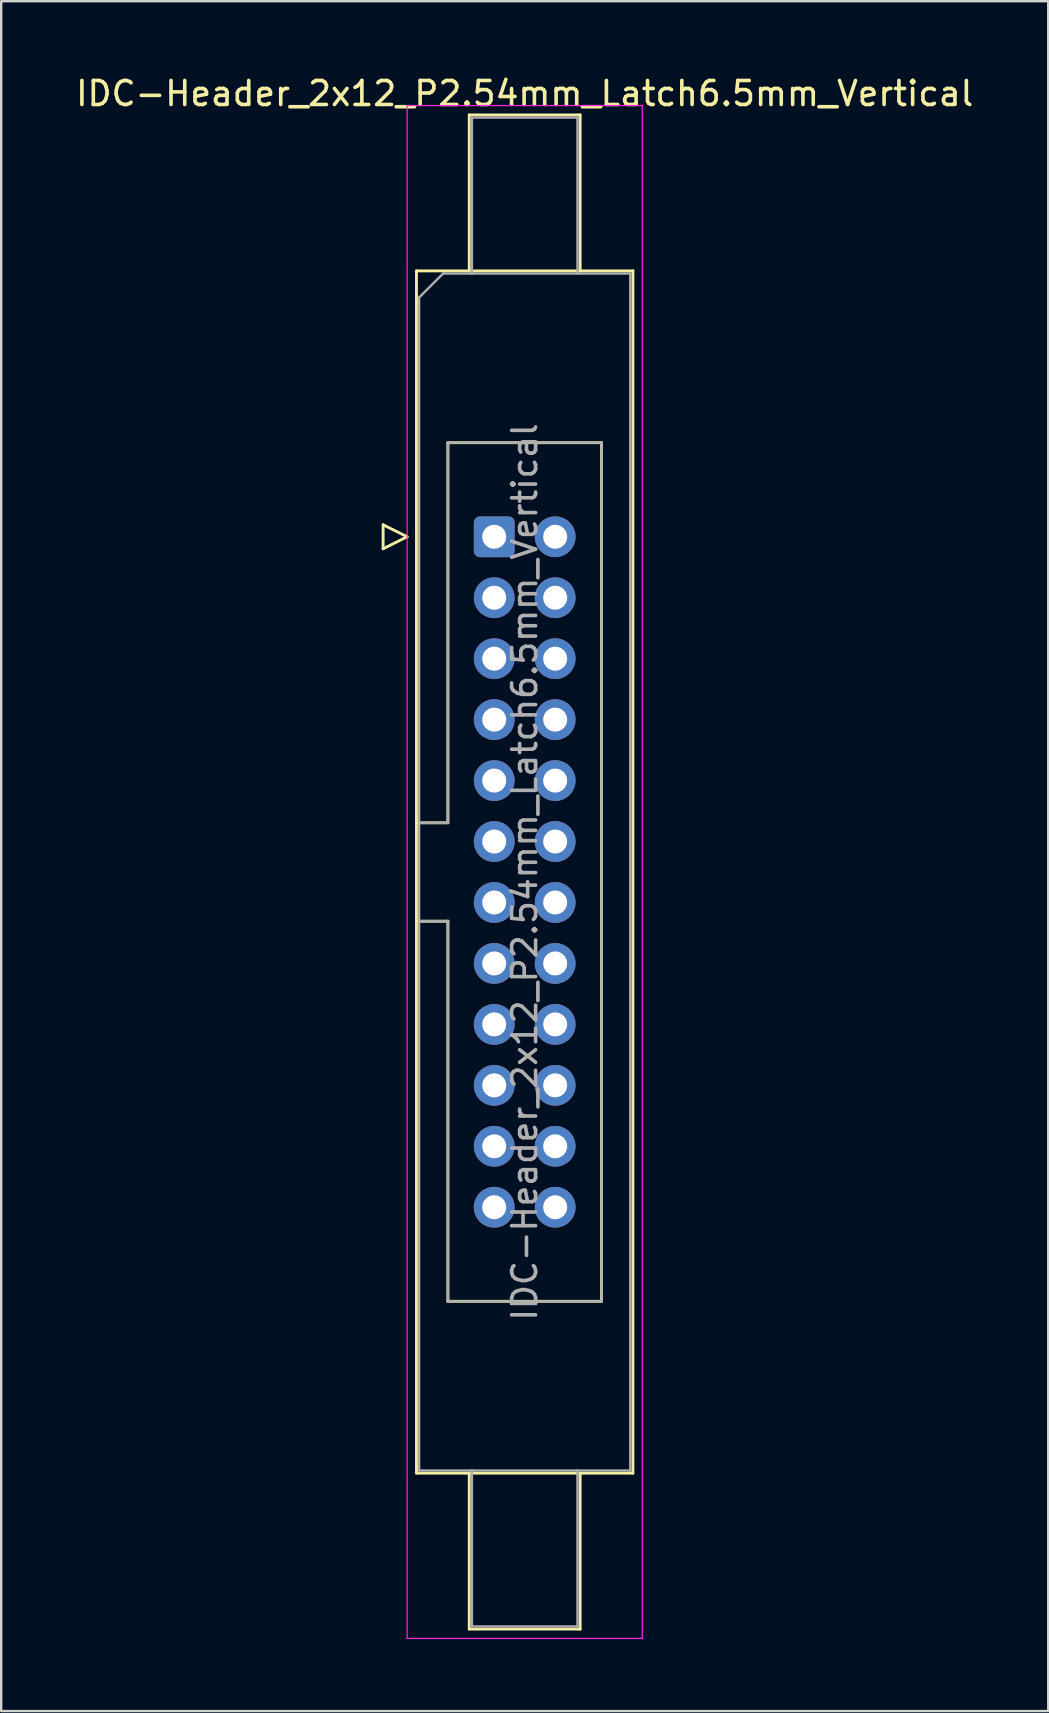
<source format=kicad_pcb>
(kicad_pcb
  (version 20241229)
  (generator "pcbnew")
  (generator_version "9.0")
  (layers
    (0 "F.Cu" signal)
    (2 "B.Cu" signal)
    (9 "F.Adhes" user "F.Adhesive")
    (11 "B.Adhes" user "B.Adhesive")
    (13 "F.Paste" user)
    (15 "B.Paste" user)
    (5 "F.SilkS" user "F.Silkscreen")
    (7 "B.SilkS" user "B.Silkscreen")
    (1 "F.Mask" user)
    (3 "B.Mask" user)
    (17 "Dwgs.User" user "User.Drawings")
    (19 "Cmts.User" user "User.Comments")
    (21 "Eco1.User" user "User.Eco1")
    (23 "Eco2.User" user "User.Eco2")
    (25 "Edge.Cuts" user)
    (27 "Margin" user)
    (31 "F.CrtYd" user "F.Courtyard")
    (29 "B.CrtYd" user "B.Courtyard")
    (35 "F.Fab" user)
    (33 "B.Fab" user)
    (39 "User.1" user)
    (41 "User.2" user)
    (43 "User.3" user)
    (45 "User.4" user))
  (footprint "IDC-Header_2x12_P2.54mm_Latch6.5mm_Vertical"
    (layer "F.Cu")
    (at 17.545 19.318)
    (property "Reference" "IDC-Header_2x12_P2.54mm_Latch6.5mm_Vertical" (at 1.27 -18.47 0) (layer "F.SilkS") (effects (font (size 1 1) (thickness 0.15))))
    (attr through_hole)
    (fp_line (start -4.63 -0.5) (end -4.63 0.5) (stroke (width 0.12) (type solid)) (layer "F.SilkS"))
    (fp_line (start -4.63 0.5) (end -3.63 0) (stroke (width 0.12) (type solid)) (layer "F.SilkS"))
    (fp_line (start -3.63 0) (end -4.63 -0.5) (stroke (width 0.12) (type solid)) (layer "F.SilkS"))
    (fp_line (start -3.24 -11.08) (end 5.78 -11.08) (stroke (width 0.12) (type solid)) (layer "F.SilkS"))
    (fp_line (start -3.24 11.92) (end -1.93 11.92) (stroke (width 0.12) (type solid)) (layer "F.SilkS"))
    (fp_line (start -3.24 39.02) (end -3.24 -11.08) (stroke (width 0.12) (type solid)) (layer "F.SilkS"))
    (fp_line (start -1.93 -3.92) (end 4.47 -3.92) (stroke (width 0.12) (type solid)) (layer "F.SilkS"))
    (fp_line (start -1.93 11.92) (end -1.93 -3.92) (stroke (width 0.12) (type solid)) (layer "F.SilkS"))
    (fp_line (start -1.93 16.02) (end -3.24 16.02) (stroke (width 0.12) (type solid)) (layer "F.SilkS"))
    (fp_line (start -1.93 16.02) (end -1.93 16.02) (stroke (width 0.12) (type solid)) (layer "F.SilkS"))
    (fp_line (start -1.93 31.86) (end -1.93 16.02) (stroke (width 0.12) (type solid)) (layer "F.SilkS"))
    (fp_line (start -1.04 -17.58) (end 3.58 -17.58) (stroke (width 0.12) (type solid)) (layer "F.SilkS"))
    (fp_line (start -1.04 -11.08) (end -1.04 -17.58) (stroke (width 0.12) (type solid)) (layer "F.SilkS"))
    (fp_line (start -1.04 39.02) (end -1.04 45.52) (stroke (width 0.12) (type solid)) (layer "F.SilkS"))
    (fp_line (start -1.04 45.52) (end 3.58 45.52) (stroke (width 0.12) (type solid)) (layer "F.SilkS"))
    (fp_line (start 3.58 -17.58) (end 3.58 -11.08) (stroke (width 0.12) (type solid)) (layer "F.SilkS"))
    (fp_line (start 3.58 45.52) (end 3.58 39.02) (stroke (width 0.12) (type solid)) (layer "F.SilkS"))
    (fp_line (start 4.47 -3.92) (end 4.47 31.86) (stroke (width 0.12) (type solid)) (layer "F.SilkS"))
    (fp_line (start 4.47 31.86) (end -1.93 31.86) (stroke (width 0.12) (type solid)) (layer "F.SilkS"))
    (fp_line (start 5.78 -11.08) (end 5.78 39.02) (stroke (width 0.12) (type solid)) (layer "F.SilkS"))
    (fp_line (start 5.78 39.02) (end -3.24 39.02) (stroke (width 0.12) (type solid)) (layer "F.SilkS"))
    (fp_line (start -3.63 -17.97) (end -3.63 45.91) (stroke (width 0.05) (type solid)) (layer "F.CrtYd"))
    (fp_line (start -3.63 45.91) (end 6.17 45.91) (stroke (width 0.05) (type solid)) (layer "F.CrtYd"))
    (fp_line (start 6.17 -17.97) (end -3.63 -17.97) (stroke (width 0.05) (type solid)) (layer "F.CrtYd"))
    (fp_line (start 6.17 45.91) (end 6.17 -17.97) (stroke (width 0.05) (type solid)) (layer "F.CrtYd"))
    (fp_line (start -3.13 -9.97) (end -2.13 -10.97) (stroke (width 0.1) (type solid)) (layer "F.Fab"))
    (fp_line (start -3.13 11.92) (end -1.93 11.92) (stroke (width 0.1) (type solid)) (layer "F.Fab"))
    (fp_line (start -3.13 38.91) (end -3.13 -9.97) (stroke (width 0.1) (type solid)) (layer "F.Fab"))
    (fp_line (start -2.13 -10.97) (end 5.67 -10.97) (stroke (width 0.1) (type solid)) (layer "F.Fab"))
    (fp_line (start -1.93 -3.92) (end 4.47 -3.92) (stroke (width 0.1) (type solid)) (layer "F.Fab"))
    (fp_line (start -1.93 11.92) (end -1.93 -3.92) (stroke (width 0.1) (type solid)) (layer "F.Fab"))
    (fp_line (start -1.93 16.02) (end -3.13 16.02) (stroke (width 0.1) (type solid)) (layer "F.Fab"))
    (fp_line (start -1.93 16.02) (end -1.93 16.02) (stroke (width 0.1) (type solid)) (layer "F.Fab"))
    (fp_line (start -1.93 31.86) (end -1.93 16.02) (stroke (width 0.1) (type solid)) (layer "F.Fab"))
    (fp_line (start -0.93 -17.47) (end 3.47 -17.47) (stroke (width 0.1) (type solid)) (layer "F.Fab"))
    (fp_line (start -0.93 -10.97) (end -0.93 -17.47) (stroke (width 0.1) (type solid)) (layer "F.Fab"))
    (fp_line (start -0.93 38.91) (end -0.93 45.41) (stroke (width 0.1) (type solid)) (layer "F.Fab"))
    (fp_line (start -0.93 45.41) (end 3.47 45.41) (stroke (width 0.1) (type solid)) (layer "F.Fab"))
    (fp_line (start 3.47 -17.47) (end 3.47 -10.97) (stroke (width 0.1) (type solid)) (layer "F.Fab"))
    (fp_line (start 3.47 45.41) (end 3.47 38.91) (stroke (width 0.1) (type solid)) (layer "F.Fab"))
    (fp_line (start 4.47 -3.92) (end 4.47 31.86) (stroke (width 0.1) (type solid)) (layer "F.Fab"))
    (fp_line (start 4.47 31.86) (end -1.93 31.86) (stroke (width 0.1) (type solid)) (layer "F.Fab"))
    (fp_line (start 5.67 -10.97) (end 5.67 38.91) (stroke (width 0.1) (type solid)) (layer "F.Fab"))
    (fp_line (start 5.67 38.91) (end -3.13 38.91) (stroke (width 0.1) (type solid)) (layer "F.Fab"))
    (fp_text user "${REFERENCE}" (at 1.27 13.97 90) (layer "F.Fab") (effects (font (size 1 1) (thickness 0.15))))
    (pad "1" thru_hole roundrect (at 0 0) (size 1.7 1.7) (drill 1) (layers "*.Cu" "*.Mask") (roundrect_rratio 0.147))
    (pad "2" thru_hole circle (at 2.54 0) (size 1.7 1.7) (drill 1) (layers "*.Cu" "*.Mask"))
    (pad "3" thru_hole circle (at 0 2.54) (size 1.7 1.7) (drill 1) (layers "*.Cu" "*.Mask"))
    (pad "4" thru_hole circle (at 2.54 2.54) (size 1.7 1.7) (drill 1) (layers "*.Cu" "*.Mask"))
    (pad "5" thru_hole circle (at 0 5.08) (size 1.7 1.7) (drill 1) (layers "*.Cu" "*.Mask"))
    (pad "6" thru_hole circle (at 2.54 5.08) (size 1.7 1.7) (drill 1) (layers "*.Cu" "*.Mask"))
    (pad "7" thru_hole circle (at 0 7.62) (size 1.7 1.7) (drill 1) (layers "*.Cu" "*.Mask"))
    (pad "8" thru_hole circle (at 2.54 7.62) (size 1.7 1.7) (drill 1) (layers "*.Cu" "*.Mask"))
    (pad "9" thru_hole circle (at 0 10.16) (size 1.7 1.7) (drill 1) (layers "*.Cu" "*.Mask"))
    (pad "10" thru_hole circle (at 2.54 10.16) (size 1.7 1.7) (drill 1) (layers "*.Cu" "*.Mask"))
    (pad "11" thru_hole circle (at 0 12.7) (size 1.7 1.7) (drill 1) (layers "*.Cu" "*.Mask"))
    (pad "12" thru_hole circle (at 2.54 12.7) (size 1.7 1.7) (drill 1) (layers "*.Cu" "*.Mask"))
    (pad "13" thru_hole circle (at 0 15.24) (size 1.7 1.7) (drill 1) (layers "*.Cu" "*.Mask"))
    (pad "14" thru_hole circle (at 2.54 15.24) (size 1.7 1.7) (drill 1) (layers "*.Cu" "*.Mask"))
    (pad "15" thru_hole circle (at 0 17.78) (size 1.7 1.7) (drill 1) (layers "*.Cu" "*.Mask"))
    (pad "16" thru_hole circle (at 2.54 17.78) (size 1.7 1.7) (drill 1) (layers "*.Cu" "*.Mask"))
    (pad "17" thru_hole circle (at 0 20.32) (size 1.7 1.7) (drill 1) (layers "*.Cu" "*.Mask"))
    (pad "18" thru_hole circle (at 2.54 20.32) (size 1.7 1.7) (drill 1) (layers "*.Cu" "*.Mask"))
    (pad "19" thru_hole circle (at 0 22.86) (size 1.7 1.7) (drill 1) (layers "*.Cu" "*.Mask"))
    (pad "20" thru_hole circle (at 2.54 22.86) (size 1.7 1.7) (drill 1) (layers "*.Cu" "*.Mask"))
    (pad "21" thru_hole circle (at 0 25.4) (size 1.7 1.7) (drill 1) (layers "*.Cu" "*.Mask"))
    (pad "22" thru_hole circle (at 2.54 25.4) (size 1.7 1.7) (drill 1) (layers "*.Cu" "*.Mask"))
    (pad "23" thru_hole circle (at 0 27.94) (size 1.7 1.7) (drill 1) (layers "*.Cu" "*.Mask"))
    (pad "24" thru_hole circle (at 2.54 27.94) (size 1.7 1.7) (drill 1) (layers "*.Cu" "*.Mask")))
  (gr_rect
    (start -3 -3)
    (end 40.631 68.253)
    (stroke (width 0.1) (type default))
    (fill no)
    (layer "Edge.Cuts")))
</source>
